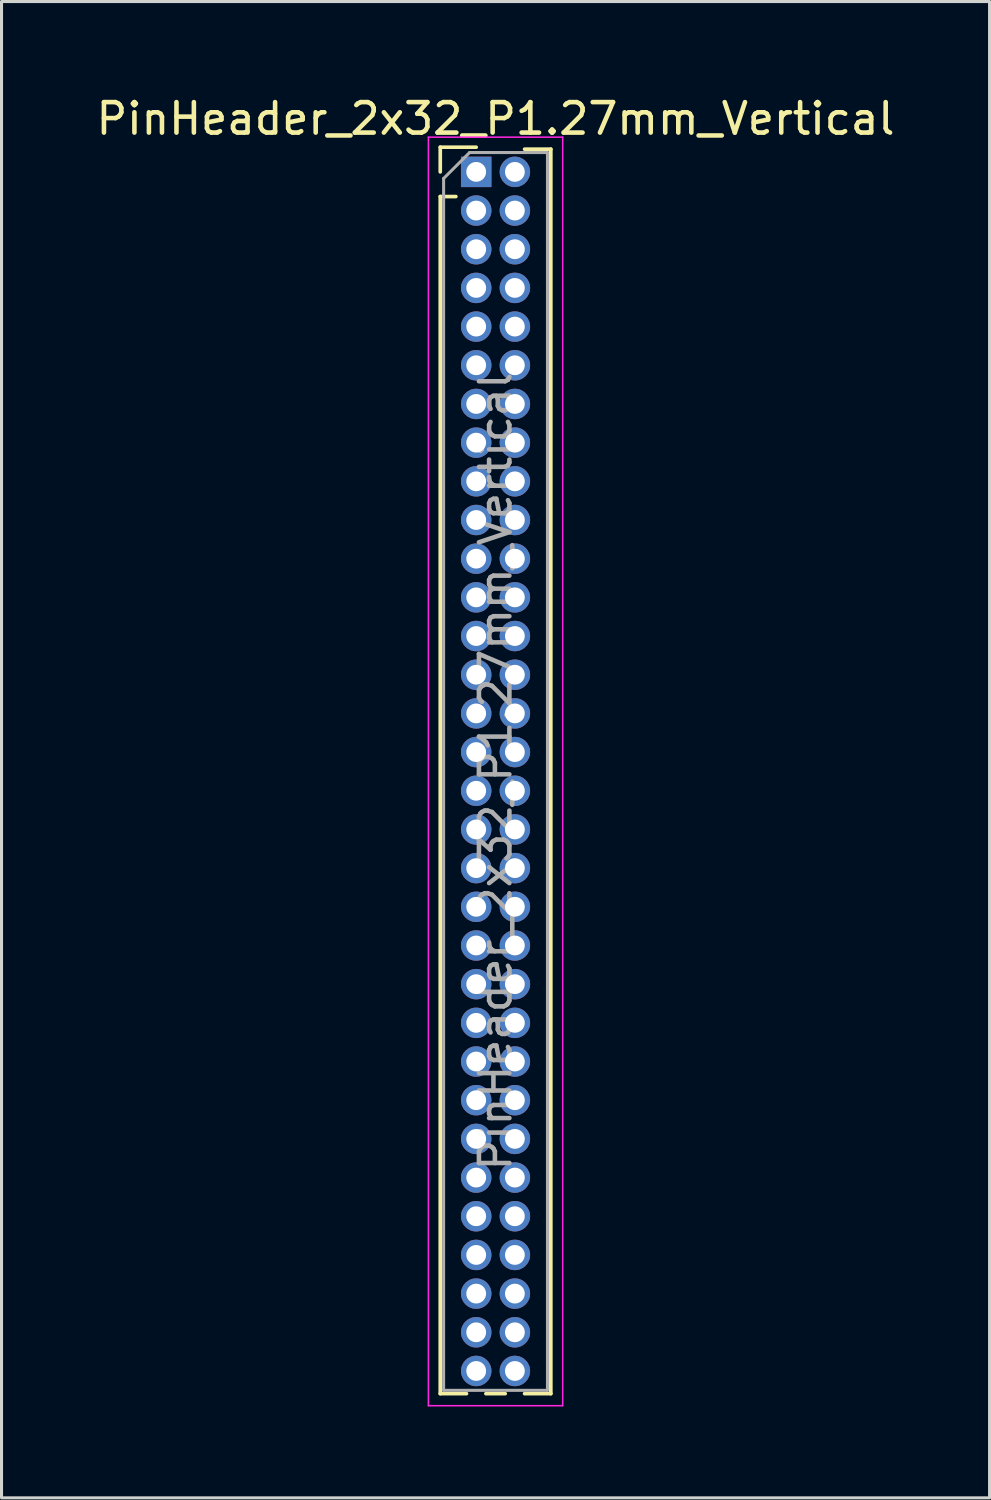
<source format=kicad_pcb>
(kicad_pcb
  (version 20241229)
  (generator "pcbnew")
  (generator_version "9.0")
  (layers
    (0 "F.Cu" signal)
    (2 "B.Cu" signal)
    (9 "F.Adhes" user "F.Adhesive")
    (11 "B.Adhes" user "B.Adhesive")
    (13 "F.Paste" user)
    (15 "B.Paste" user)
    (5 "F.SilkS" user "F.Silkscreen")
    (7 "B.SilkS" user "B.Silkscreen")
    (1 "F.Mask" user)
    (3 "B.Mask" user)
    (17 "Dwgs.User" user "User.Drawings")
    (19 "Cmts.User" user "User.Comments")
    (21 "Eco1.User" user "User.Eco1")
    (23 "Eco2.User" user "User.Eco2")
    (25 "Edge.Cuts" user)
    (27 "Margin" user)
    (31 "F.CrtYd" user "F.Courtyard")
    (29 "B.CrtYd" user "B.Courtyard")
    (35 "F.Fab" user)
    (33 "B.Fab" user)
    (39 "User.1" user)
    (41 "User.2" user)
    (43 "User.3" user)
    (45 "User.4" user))
  (footprint "PinHeader_2x32_P1.27mm_Vertical"
    (layer "F.Cu")
    (at 12.585 2.593)
    (property "Reference" "PinHeader_2x32_P1.27mm_Vertical" (at 0.635 -1.745 0) (layer "F.SilkS") (effects (font (size 1 1) (thickness 0.15))))
    (attr through_hole)
    (fp_line (start -1.18 -0.81) (end 0 -0.81) (stroke (width 0.12) (type solid)) (layer "F.SilkS"))
    (fp_line (start -1.18 0) (end -1.18 -0.81) (stroke (width 0.12) (type solid)) (layer "F.SilkS"))
    (fp_line (start -1.18 0.81) (end -1.18 40.115) (stroke (width 0.12) (type solid)) (layer "F.SilkS"))
    (fp_line (start -1.18 0.81) (end -0.667 0.81) (stroke (width 0.12) (type solid)) (layer "F.SilkS"))
    (fp_line (start -1.18 40.115) (end -0.318 40.115) (stroke (width 0.12) (type solid)) (layer "F.SilkS"))
    (fp_line (start 0.318 40.115) (end 0.952 40.115) (stroke (width 0.12) (type solid)) (layer "F.SilkS"))
    (fp_line (start 1.588 -0.745) (end 2.45 -0.745) (stroke (width 0.12) (type solid)) (layer "F.SilkS"))
    (fp_line (start 1.588 40.115) (end 2.45 40.115) (stroke (width 0.12) (type solid)) (layer "F.SilkS"))
    (fp_line (start 2.45 -0.745) (end 2.45 40.115) (stroke (width 0.12) (type solid)) (layer "F.SilkS"))
    (fp_line (start -1.57 -1.14) (end -1.57 40.51) (stroke (width 0.05) (type solid)) (layer "F.CrtYd"))
    (fp_line (start -1.57 40.51) (end 2.84 40.51) (stroke (width 0.05) (type solid)) (layer "F.CrtYd"))
    (fp_line (start 2.84 -1.14) (end -1.57 -1.14) (stroke (width 0.05) (type solid)) (layer "F.CrtYd"))
    (fp_line (start 2.84 40.51) (end 2.84 -1.14) (stroke (width 0.05) (type solid)) (layer "F.CrtYd"))
    (fp_line (start -1.07 0.217) (end -0.217 -0.635) (stroke (width 0.1) (type solid)) (layer "F.Fab"))
    (fp_line (start -1.07 40.005) (end -1.07 0.217) (stroke (width 0.1) (type solid)) (layer "F.Fab"))
    (fp_line (start -0.217 -0.635) (end 2.34 -0.635) (stroke (width 0.1) (type solid)) (layer "F.Fab"))
    (fp_line (start 2.34 -0.635) (end 2.34 40.005) (stroke (width 0.1) (type solid)) (layer "F.Fab"))
    (fp_line (start 2.34 40.005) (end -1.07 40.005) (stroke (width 0.1) (type solid)) (layer "F.Fab"))
    (fp_text user "${REFERENCE}" (at 0.635 19.685 90) (layer "F.Fab") (effects (font (size 1 1) (thickness 0.15))))
    (pad "1" thru_hole rect (at 0 0) (size 1 1) (drill 0.65) (layers "*.Cu" "*.Mask"))
    (pad "2" thru_hole circle (at 1.27 0) (size 1 1) (drill 0.65) (layers "*.Cu" "*.Mask"))
    (pad "3" thru_hole circle (at 0 1.27) (size 1 1) (drill 0.65) (layers "*.Cu" "*.Mask"))
    (pad "4" thru_hole circle (at 1.27 1.27) (size 1 1) (drill 0.65) (layers "*.Cu" "*.Mask"))
    (pad "5" thru_hole circle (at 0 2.54) (size 1 1) (drill 0.65) (layers "*.Cu" "*.Mask"))
    (pad "6" thru_hole circle (at 1.27 2.54) (size 1 1) (drill 0.65) (layers "*.Cu" "*.Mask"))
    (pad "7" thru_hole circle (at 0 3.81) (size 1 1) (drill 0.65) (layers "*.Cu" "*.Mask"))
    (pad "8" thru_hole circle (at 1.27 3.81) (size 1 1) (drill 0.65) (layers "*.Cu" "*.Mask"))
    (pad "9" thru_hole circle (at 0 5.08) (size 1 1) (drill 0.65) (layers "*.Cu" "*.Mask"))
    (pad "10" thru_hole circle (at 1.27 5.08) (size 1 1) (drill 0.65) (layers "*.Cu" "*.Mask"))
    (pad "11" thru_hole circle (at 0 6.35) (size 1 1) (drill 0.65) (layers "*.Cu" "*.Mask"))
    (pad "12" thru_hole circle (at 1.27 6.35) (size 1 1) (drill 0.65) (layers "*.Cu" "*.Mask"))
    (pad "13" thru_hole circle (at 0 7.62) (size 1 1) (drill 0.65) (layers "*.Cu" "*.Mask"))
    (pad "14" thru_hole circle (at 1.27 7.62) (size 1 1) (drill 0.65) (layers "*.Cu" "*.Mask"))
    (pad "15" thru_hole circle (at 0 8.89) (size 1 1) (drill 0.65) (layers "*.Cu" "*.Mask"))
    (pad "16" thru_hole circle (at 1.27 8.89) (size 1 1) (drill 0.65) (layers "*.Cu" "*.Mask"))
    (pad "17" thru_hole circle (at 0 10.16) (size 1 1) (drill 0.65) (layers "*.Cu" "*.Mask"))
    (pad "18" thru_hole circle (at 1.27 10.16) (size 1 1) (drill 0.65) (layers "*.Cu" "*.Mask"))
    (pad "19" thru_hole circle (at 0 11.43) (size 1 1) (drill 0.65) (layers "*.Cu" "*.Mask"))
    (pad "20" thru_hole circle (at 1.27 11.43) (size 1 1) (drill 0.65) (layers "*.Cu" "*.Mask"))
    (pad "21" thru_hole circle (at 0 12.7) (size 1 1) (drill 0.65) (layers "*.Cu" "*.Mask"))
    (pad "22" thru_hole circle (at 1.27 12.7) (size 1 1) (drill 0.65) (layers "*.Cu" "*.Mask"))
    (pad "23" thru_hole circle (at 0 13.97) (size 1 1) (drill 0.65) (layers "*.Cu" "*.Mask"))
    (pad "24" thru_hole circle (at 1.27 13.97) (size 1 1) (drill 0.65) (layers "*.Cu" "*.Mask"))
    (pad "25" thru_hole circle (at 0 15.24) (size 1 1) (drill 0.65) (layers "*.Cu" "*.Mask"))
    (pad "26" thru_hole circle (at 1.27 15.24) (size 1 1) (drill 0.65) (layers "*.Cu" "*.Mask"))
    (pad "27" thru_hole circle (at 0 16.51) (size 1 1) (drill 0.65) (layers "*.Cu" "*.Mask"))
    (pad "28" thru_hole circle (at 1.27 16.51) (size 1 1) (drill 0.65) (layers "*.Cu" "*.Mask"))
    (pad "29" thru_hole circle (at 0 17.78) (size 1 1) (drill 0.65) (layers "*.Cu" "*.Mask"))
    (pad "30" thru_hole circle (at 1.27 17.78) (size 1 1) (drill 0.65) (layers "*.Cu" "*.Mask"))
    (pad "31" thru_hole circle (at 0 19.05) (size 1 1) (drill 0.65) (layers "*.Cu" "*.Mask"))
    (pad "32" thru_hole circle (at 1.27 19.05) (size 1 1) (drill 0.65) (layers "*.Cu" "*.Mask"))
    (pad "33" thru_hole circle (at 0 20.32) (size 1 1) (drill 0.65) (layers "*.Cu" "*.Mask"))
    (pad "34" thru_hole circle (at 1.27 20.32) (size 1 1) (drill 0.65) (layers "*.Cu" "*.Mask"))
    (pad "35" thru_hole circle (at 0 21.59) (size 1 1) (drill 0.65) (layers "*.Cu" "*.Mask"))
    (pad "36" thru_hole circle (at 1.27 21.59) (size 1 1) (drill 0.65) (layers "*.Cu" "*.Mask"))
    (pad "37" thru_hole circle (at 0 22.86) (size 1 1) (drill 0.65) (layers "*.Cu" "*.Mask"))
    (pad "38" thru_hole circle (at 1.27 22.86) (size 1 1) (drill 0.65) (layers "*.Cu" "*.Mask"))
    (pad "39" thru_hole circle (at 0 24.13) (size 1 1) (drill 0.65) (layers "*.Cu" "*.Mask"))
    (pad "40" thru_hole circle (at 1.27 24.13) (size 1 1) (drill 0.65) (layers "*.Cu" "*.Mask"))
    (pad "41" thru_hole circle (at 0 25.4) (size 1 1) (drill 0.65) (layers "*.Cu" "*.Mask"))
    (pad "42" thru_hole circle (at 1.27 25.4) (size 1 1) (drill 0.65) (layers "*.Cu" "*.Mask"))
    (pad "43" thru_hole circle (at 0 26.67) (size 1 1) (drill 0.65) (layers "*.Cu" "*.Mask"))
    (pad "44" thru_hole circle (at 1.27 26.67) (size 1 1) (drill 0.65) (layers "*.Cu" "*.Mask"))
    (pad "45" thru_hole circle (at 0 27.94) (size 1 1) (drill 0.65) (layers "*.Cu" "*.Mask"))
    (pad "46" thru_hole circle (at 1.27 27.94) (size 1 1) (drill 0.65) (layers "*.Cu" "*.Mask"))
    (pad "47" thru_hole circle (at 0 29.21) (size 1 1) (drill 0.65) (layers "*.Cu" "*.Mask"))
    (pad "48" thru_hole circle (at 1.27 29.21) (size 1 1) (drill 0.65) (layers "*.Cu" "*.Mask"))
    (pad "49" thru_hole circle (at 0 30.48) (size 1 1) (drill 0.65) (layers "*.Cu" "*.Mask"))
    (pad "50" thru_hole circle (at 1.27 30.48) (size 1 1) (drill 0.65) (layers "*.Cu" "*.Mask"))
    (pad "51" thru_hole circle (at 0 31.75) (size 1 1) (drill 0.65) (layers "*.Cu" "*.Mask"))
    (pad "52" thru_hole circle (at 1.27 31.75) (size 1 1) (drill 0.65) (layers "*.Cu" "*.Mask"))
    (pad "53" thru_hole circle (at 0 33.02) (size 1 1) (drill 0.65) (layers "*.Cu" "*.Mask"))
    (pad "54" thru_hole circle (at 1.27 33.02) (size 1 1) (drill 0.65) (layers "*.Cu" "*.Mask"))
    (pad "55" thru_hole circle (at 0 34.29) (size 1 1) (drill 0.65) (layers "*.Cu" "*.Mask"))
    (pad "56" thru_hole circle (at 1.27 34.29) (size 1 1) (drill 0.65) (layers "*.Cu" "*.Mask"))
    (pad "57" thru_hole circle (at 0 35.56) (size 1 1) (drill 0.65) (layers "*.Cu" "*.Mask"))
    (pad "58" thru_hole circle (at 1.27 35.56) (size 1 1) (drill 0.65) (layers "*.Cu" "*.Mask"))
    (pad "59" thru_hole circle (at 0 36.83) (size 1 1) (drill 0.65) (layers "*.Cu" "*.Mask"))
    (pad "60" thru_hole circle (at 1.27 36.83) (size 1 1) (drill 0.65) (layers "*.Cu" "*.Mask"))
    (pad "61" thru_hole circle (at 0 38.1) (size 1 1) (drill 0.65) (layers "*.Cu" "*.Mask"))
    (pad "62" thru_hole circle (at 1.27 38.1) (size 1 1) (drill 0.65) (layers "*.Cu" "*.Mask"))
    (pad "63" thru_hole circle (at 0 39.37) (size 1 1) (drill 0.65) (layers "*.Cu" "*.Mask"))
    (pad "64" thru_hole circle (at 1.27 39.37) (size 1 1) (drill 0.65) (layers "*.Cu" "*.Mask")))
  (gr_rect
    (start -3 -3)
    (end 29.44 46.128)
    (stroke (width 0.1) (type default))
    (fill no)
    (layer "Edge.Cuts")))
</source>
